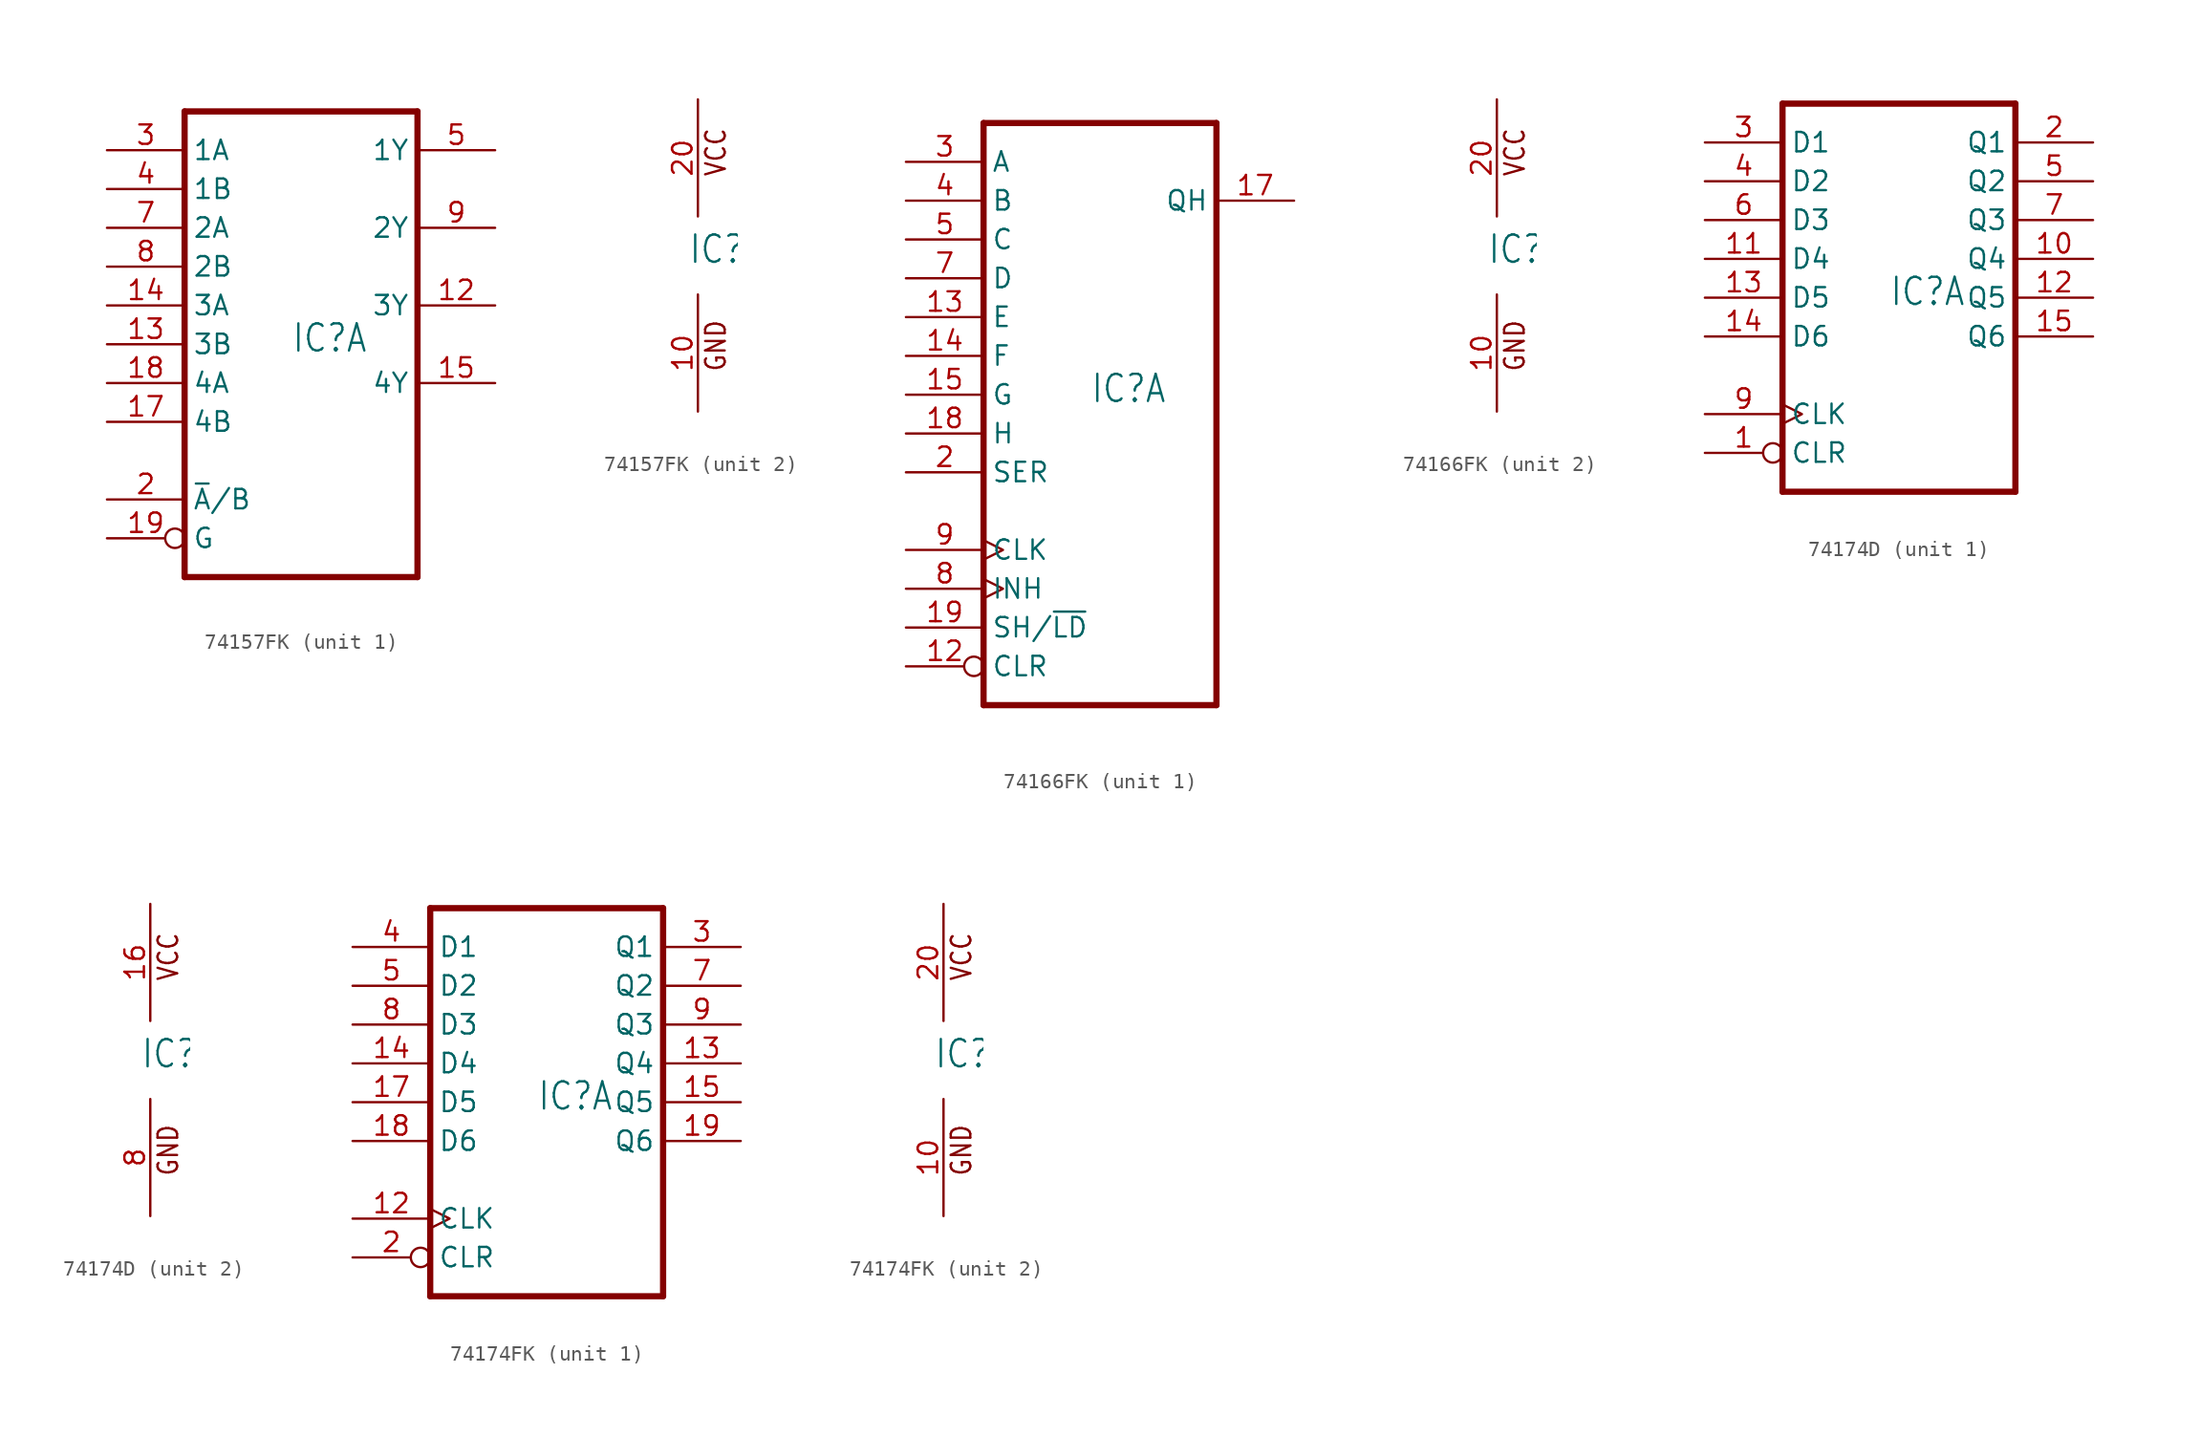
<source format=kicad_sym>
(kicad_symbol_lib
  (version 20220914)
  (generator kicad_symbol_editor)
  (symbol "74157FK"
    (property "Reference" "IC"
      (at -0.635 -0.635 0)
      (effects (font (size 1.778 1.511)) (justify left bottom)))
    (property "ki_locked" ""
      (at 0 0 0)
      (effects (font (size 1.27 1.27))))
    (symbol "74157FK_1_0"
      (polyline (pts (xy -7.62 -15.24) (xy 7.62 -15.24)) (stroke (width 0.406) (type default)) (fill (type none)))
      (polyline (pts (xy -7.62 15.24) (xy -7.62 -15.24)) (stroke (width 0.406) (type default)) (fill (type none)))
      (polyline (pts (xy 7.62 -15.24) (xy 7.62 15.24)) (stroke (width 0.406) (type default)) (fill (type none)))
      (polyline (pts (xy 7.62 15.24) (xy -7.62 15.24)) (stroke (width 0.406) (type default)) (fill (type none)))
      (pin output line (at 12.7 2.54 180) (length 5.08) (name "3Y" (effects (font (size 1.27 1.27)))) (number "12" (effects (font (size 1.27 1.27)))))
      (pin input line (at -12.7 0 0) (length 5.08) (name "3B" (effects (font (size 1.27 1.27)))) (number "13" (effects (font (size 1.27 1.27)))))
      (pin input line (at -12.7 2.54 0) (length 5.08) (name "3A" (effects (font (size 1.27 1.27)))) (number "14" (effects (font (size 1.27 1.27)))))
      (pin output line (at 12.7 -2.54 180) (length 5.08) (name "4Y" (effects (font (size 1.27 1.27)))) (number "15" (effects (font (size 1.27 1.27)))))
      (pin input line (at -12.7 -5.08 0) (length 5.08) (name "4B" (effects (font (size 1.27 1.27)))) (number "17" (effects (font (size 1.27 1.27)))))
      (pin input line (at -12.7 -2.54 0) (length 5.08) (name "4A" (effects (font (size 1.27 1.27)))) (number "18" (effects (font (size 1.27 1.27)))))
      (pin input inverted (at -12.7 -12.7 0) (length 5.08) (name "G" (effects (font (size 1.27 1.27)))) (number "19" (effects (font (size 1.27 1.27)))))
      (pin input line (at -12.7 -10.16 0) (length 5.08) (name "~{A}/B" (effects (font (size 1.27 1.27)))) (number "2" (effects (font (size 1.27 1.27)))))
      (pin input line (at -12.7 12.7 0) (length 5.08) (name "1A" (effects (font (size 1.27 1.27)))) (number "3" (effects (font (size 1.27 1.27)))))
      (pin input line (at -12.7 10.16 0) (length 5.08) (name "1B" (effects (font (size 1.27 1.27)))) (number "4" (effects (font (size 1.27 1.27)))))
      (pin output line (at 12.7 12.7 180) (length 5.08) (name "1Y" (effects (font (size 1.27 1.27)))) (number "5" (effects (font (size 1.27 1.27)))))
      (pin input line (at -12.7 7.62 0) (length 5.08) (name "2A" (effects (font (size 1.27 1.27)))) (number "7" (effects (font (size 1.27 1.27)))))
      (pin input line (at -12.7 5.08 0) (length 5.08) (name "2B" (effects (font (size 1.27 1.27)))) (number "8" (effects (font (size 1.27 1.27)))))
      (pin output line (at 12.7 7.62 180) (length 5.08) (name "2Y" (effects (font (size 1.27 1.27)))) (number "9" (effects (font (size 1.27 1.27))))))
    (symbol "74157FK_2_0"
      (text "GND" (at 1.905 -7.62 900) (effects (font (size 1.27 1.079)) (justify left bottom)))
      (text "VCC" (at 1.905 5.08 900) (effects (font (size 1.27 1.079)) (justify left bottom)))
      (pin power_in line (at 0 -10.16 90) (length 7.62) (name "GND" (effects (font (size 0 0)))) (number "10" (effects (font (size 1.27 1.27)))))
      (pin power_in line (at 0 10.16 270) (length 7.62) (name "VCC" (effects (font (size 0 0)))) (number "20" (effects (font (size 1.27 1.27)))))))
  (symbol "74166FK"
    (property "Reference" "IC"
      (at -0.635 -0.635 0)
      (effects (font (size 1.778 1.511)) (justify left bottom)))
    (property "ki_locked" ""
      (at 0 0 0)
      (effects (font (size 1.27 1.27))))
    (symbol "74166FK_1_0"
      (polyline (pts (xy -7.62 -20.32) (xy 7.62 -20.32)) (stroke (width 0.406) (type default)) (fill (type none)))
      (polyline (pts (xy -7.62 17.78) (xy -7.62 -20.32)) (stroke (width 0.406) (type default)) (fill (type none)))
      (polyline (pts (xy 7.62 -20.32) (xy 7.62 17.78)) (stroke (width 0.406) (type default)) (fill (type none)))
      (polyline (pts (xy 7.62 17.78) (xy -7.62 17.78)) (stroke (width 0.406) (type default)) (fill (type none)))
      (pin input inverted (at -12.7 -17.78 0) (length 5.08) (name "CLR" (effects (font (size 1.27 1.27)))) (number "12" (effects (font (size 1.27 1.27)))))
      (pin input line (at -12.7 5.08 0) (length 5.08) (name "E" (effects (font (size 1.27 1.27)))) (number "13" (effects (font (size 1.27 1.27)))))
      (pin input line (at -12.7 2.54 0) (length 5.08) (name "F" (effects (font (size 1.27 1.27)))) (number "14" (effects (font (size 1.27 1.27)))))
      (pin input line (at -12.7 0 0) (length 5.08) (name "G" (effects (font (size 1.27 1.27)))) (number "15" (effects (font (size 1.27 1.27)))))
      (pin output line (at 12.7 12.7 180) (length 5.08) (name "QH" (effects (font (size 1.27 1.27)))) (number "17" (effects (font (size 1.27 1.27)))))
      (pin input line (at -12.7 -2.54 0) (length 5.08) (name "H" (effects (font (size 1.27 1.27)))) (number "18" (effects (font (size 1.27 1.27)))))
      (pin input line (at -12.7 -15.24 0) (length 5.08) (name "SH/~{LD}" (effects (font (size 1.27 1.27)))) (number "19" (effects (font (size 1.27 1.27)))))
      (pin input line (at -12.7 -5.08 0) (length 5.08) (name "SER" (effects (font (size 1.27 1.27)))) (number "2" (effects (font (size 1.27 1.27)))))
      (pin input line (at -12.7 15.24 0) (length 5.08) (name "A" (effects (font (size 1.27 1.27)))) (number "3" (effects (font (size 1.27 1.27)))))
      (pin input line (at -12.7 12.7 0) (length 5.08) (name "B" (effects (font (size 1.27 1.27)))) (number "4" (effects (font (size 1.27 1.27)))))
      (pin input line (at -12.7 10.16 0) (length 5.08) (name "C" (effects (font (size 1.27 1.27)))) (number "5" (effects (font (size 1.27 1.27)))))
      (pin input line (at -12.7 7.62 0) (length 5.08) (name "D" (effects (font (size 1.27 1.27)))) (number "7" (effects (font (size 1.27 1.27)))))
      (pin input clock (at -12.7 -12.7 0) (length 5.08) (name "INH" (effects (font (size 1.27 1.27)))) (number "8" (effects (font (size 1.27 1.27)))))
      (pin input clock (at -12.7 -10.16 0) (length 5.08) (name "CLK" (effects (font (size 1.27 1.27)))) (number "9" (effects (font (size 1.27 1.27))))))
    (symbol "74166FK_2_0"
      (text "GND" (at 1.905 -7.62 900) (effects (font (size 1.27 1.079)) (justify left bottom)))
      (text "VCC" (at 1.905 5.08 900) (effects (font (size 1.27 1.079)) (justify left bottom)))
      (pin power_in line (at 0 -10.16 90) (length 7.62) (name "GND" (effects (font (size 0 0)))) (number "10" (effects (font (size 1.27 1.27)))))
      (pin power_in line (at 0 10.16 270) (length 7.62) (name "VCC" (effects (font (size 0 0)))) (number "20" (effects (font (size 1.27 1.27)))))))
  (symbol "74174D"
    (property "Reference" "IC"
      (at -0.635 -0.635 0)
      (effects (font (size 1.778 1.511)) (justify left bottom)))
    (property "ki_locked" ""
      (at 0 0 0)
      (effects (font (size 1.27 1.27))))
    (symbol "74174D_1_0"
      (polyline (pts (xy -7.62 -12.7) (xy 7.62 -12.7)) (stroke (width 0.406) (type default)) (fill (type none)))
      (polyline (pts (xy -7.62 12.7) (xy -7.62 -12.7)) (stroke (width 0.406) (type default)) (fill (type none)))
      (polyline (pts (xy 7.62 -12.7) (xy 7.62 12.7)) (stroke (width 0.406) (type default)) (fill (type none)))
      (polyline (pts (xy 7.62 12.7) (xy -7.62 12.7)) (stroke (width 0.406) (type default)) (fill (type none)))
      (pin input inverted (at -12.7 -10.16 0) (length 5.08) (name "CLR" (effects (font (size 1.27 1.27)))) (number "1" (effects (font (size 1.27 1.27)))))
      (pin output line (at 12.7 2.54 180) (length 5.08) (name "Q4" (effects (font (size 1.27 1.27)))) (number "10" (effects (font (size 1.27 1.27)))))
      (pin input line (at -12.7 2.54 0) (length 5.08) (name "D4" (effects (font (size 1.27 1.27)))) (number "11" (effects (font (size 1.27 1.27)))))
      (pin output line (at 12.7 0 180) (length 5.08) (name "Q5" (effects (font (size 1.27 1.27)))) (number "12" (effects (font (size 1.27 1.27)))))
      (pin input line (at -12.7 0 0) (length 5.08) (name "D5" (effects (font (size 1.27 1.27)))) (number "13" (effects (font (size 1.27 1.27)))))
      (pin input line (at -12.7 -2.54 0) (length 5.08) (name "D6" (effects (font (size 1.27 1.27)))) (number "14" (effects (font (size 1.27 1.27)))))
      (pin output line (at 12.7 -2.54 180) (length 5.08) (name "Q6" (effects (font (size 1.27 1.27)))) (number "15" (effects (font (size 1.27 1.27)))))
      (pin output line (at 12.7 10.16 180) (length 5.08) (name "Q1" (effects (font (size 1.27 1.27)))) (number "2" (effects (font (size 1.27 1.27)))))
      (pin input line (at -12.7 10.16 0) (length 5.08) (name "D1" (effects (font (size 1.27 1.27)))) (number "3" (effects (font (size 1.27 1.27)))))
      (pin input line (at -12.7 7.62 0) (length 5.08) (name "D2" (effects (font (size 1.27 1.27)))) (number "4" (effects (font (size 1.27 1.27)))))
      (pin output line (at 12.7 7.62 180) (length 5.08) (name "Q2" (effects (font (size 1.27 1.27)))) (number "5" (effects (font (size 1.27 1.27)))))
      (pin input line (at -12.7 5.08 0) (length 5.08) (name "D3" (effects (font (size 1.27 1.27)))) (number "6" (effects (font (size 1.27 1.27)))))
      (pin output line (at 12.7 5.08 180) (length 5.08) (name "Q3" (effects (font (size 1.27 1.27)))) (number "7" (effects (font (size 1.27 1.27)))))
      (pin input clock (at -12.7 -7.62 0) (length 5.08) (name "CLK" (effects (font (size 1.27 1.27)))) (number "9" (effects (font (size 1.27 1.27))))))
    (symbol "74174D_2_0"
      (text "GND" (at 1.905 -7.62 900) (effects (font (size 1.27 1.079)) (justify left bottom)))
      (text "VCC" (at 1.905 5.08 900) (effects (font (size 1.27 1.079)) (justify left bottom)))
      (pin power_in line (at 0 10.16 270) (length 7.62) (name "VCC" (effects (font (size 0 0)))) (number "16" (effects (font (size 1.27 1.27)))))
      (pin power_in line (at 0 -10.16 90) (length 7.62) (name "GND" (effects (font (size 0 0)))) (number "8" (effects (font (size 1.27 1.27)))))))
  (symbol "74174FK"
    (property "Reference" "IC"
      (at -0.635 -0.635 0)
      (effects (font (size 1.778 1.511)) (justify left bottom)))
    (property "ki_locked" ""
      (at 0 0 0)
      (effects (font (size 1.27 1.27))))
    (symbol "74174FK_1_0"
      (polyline (pts (xy -7.62 -12.7) (xy 7.62 -12.7)) (stroke (width 0.406) (type default)) (fill (type none)))
      (polyline (pts (xy -7.62 12.7) (xy -7.62 -12.7)) (stroke (width 0.406) (type default)) (fill (type none)))
      (polyline (pts (xy 7.62 -12.7) (xy 7.62 12.7)) (stroke (width 0.406) (type default)) (fill (type none)))
      (polyline (pts (xy 7.62 12.7) (xy -7.62 12.7)) (stroke (width 0.406) (type default)) (fill (type none)))
      (pin input clock (at -12.7 -7.62 0) (length 5.08) (name "CLK" (effects (font (size 1.27 1.27)))) (number "12" (effects (font (size 1.27 1.27)))))
      (pin output line (at 12.7 2.54 180) (length 5.08) (name "Q4" (effects (font (size 1.27 1.27)))) (number "13" (effects (font (size 1.27 1.27)))))
      (pin input line (at -12.7 2.54 0) (length 5.08) (name "D4" (effects (font (size 1.27 1.27)))) (number "14" (effects (font (size 1.27 1.27)))))
      (pin output line (at 12.7 0 180) (length 5.08) (name "Q5" (effects (font (size 1.27 1.27)))) (number "15" (effects (font (size 1.27 1.27)))))
      (pin input line (at -12.7 0 0) (length 5.08) (name "D5" (effects (font (size 1.27 1.27)))) (number "17" (effects (font (size 1.27 1.27)))))
      (pin input line (at -12.7 -2.54 0) (length 5.08) (name "D6" (effects (font (size 1.27 1.27)))) (number "18" (effects (font (size 1.27 1.27)))))
      (pin output line (at 12.7 -2.54 180) (length 5.08) (name "Q6" (effects (font (size 1.27 1.27)))) (number "19" (effects (font (size 1.27 1.27)))))
      (pin input inverted (at -12.7 -10.16 0) (length 5.08) (name "CLR" (effects (font (size 1.27 1.27)))) (number "2" (effects (font (size 1.27 1.27)))))
      (pin output line (at 12.7 10.16 180) (length 5.08) (name "Q1" (effects (font (size 1.27 1.27)))) (number "3" (effects (font (size 1.27 1.27)))))
      (pin input line (at -12.7 10.16 0) (length 5.08) (name "D1" (effects (font (size 1.27 1.27)))) (number "4" (effects (font (size 1.27 1.27)))))
      (pin input line (at -12.7 7.62 0) (length 5.08) (name "D2" (effects (font (size 1.27 1.27)))) (number "5" (effects (font (size 1.27 1.27)))))
      (pin output line (at 12.7 7.62 180) (length 5.08) (name "Q2" (effects (font (size 1.27 1.27)))) (number "7" (effects (font (size 1.27 1.27)))))
      (pin input line (at -12.7 5.08 0) (length 5.08) (name "D3" (effects (font (size 1.27 1.27)))) (number "8" (effects (font (size 1.27 1.27)))))
      (pin output line (at 12.7 5.08 180) (length 5.08) (name "Q3" (effects (font (size 1.27 1.27)))) (number "9" (effects (font (size 1.27 1.27))))))
    (symbol "74174FK_2_0"
      (text "GND" (at 1.905 -7.62 900) (effects (font (size 1.27 1.079)) (justify left bottom)))
      (text "VCC" (at 1.905 5.08 900) (effects (font (size 1.27 1.079)) (justify left bottom)))
      (pin power_in line (at 0 -10.16 90) (length 7.62) (name "GND" (effects (font (size 0 0)))) (number "10" (effects (font (size 1.27 1.27)))))
      (pin power_in line (at 0 10.16 270) (length 7.62) (name "VCC" (effects (font (size 0 0)))) (number "20" (effects (font (size 1.27 1.27))))))))
</source>
